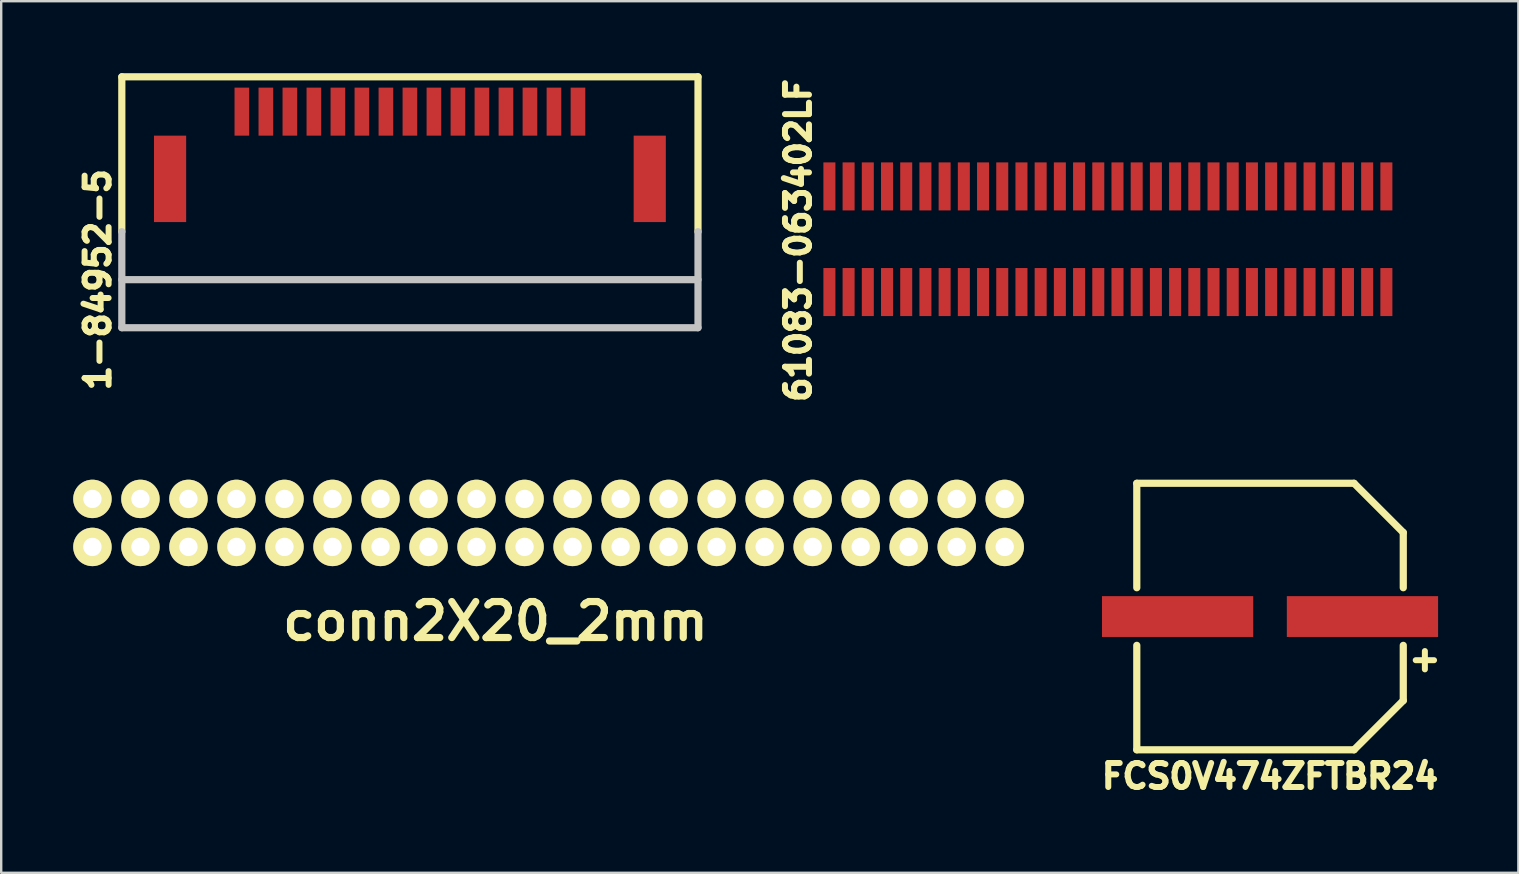
<source format=kicad_pcb>
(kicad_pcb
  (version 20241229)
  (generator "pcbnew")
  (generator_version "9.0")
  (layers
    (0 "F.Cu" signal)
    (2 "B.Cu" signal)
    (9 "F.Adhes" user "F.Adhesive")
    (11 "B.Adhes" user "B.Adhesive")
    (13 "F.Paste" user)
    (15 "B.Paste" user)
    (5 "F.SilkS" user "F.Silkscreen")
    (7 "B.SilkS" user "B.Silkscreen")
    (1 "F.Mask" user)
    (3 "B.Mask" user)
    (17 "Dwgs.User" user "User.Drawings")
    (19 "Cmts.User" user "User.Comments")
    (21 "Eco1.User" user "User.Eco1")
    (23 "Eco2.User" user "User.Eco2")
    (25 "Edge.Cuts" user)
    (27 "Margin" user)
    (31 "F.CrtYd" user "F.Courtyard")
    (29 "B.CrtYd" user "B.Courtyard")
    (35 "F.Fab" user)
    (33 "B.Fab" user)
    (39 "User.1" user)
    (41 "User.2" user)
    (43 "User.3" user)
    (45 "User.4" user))
  (footprint "FCS0V474ZFTBR24"
    (layer "F.Cu")
    (at 49.851 22.631)
    (property "Reference" "FCS0V474ZFTBR24" (at 0 6.65 0) (layer "F.SilkS") (effects (font (size 1 1) (thickness 0.25))))
    (attr through_hole)
    (fp_line (start -5.55 -5.55) (end -5.55 -1.2) (stroke (width 0.3) (type solid)) (layer "F.SilkS"))
    (fp_line (start -5.55 -5.55) (end 3.5 -5.55) (stroke (width 0.3) (type solid)) (layer "F.SilkS"))
    (fp_line (start -5.55 1.2) (end -5.55 5.55) (stroke (width 0.3) (type solid)) (layer "F.SilkS"))
    (fp_line (start -5.55 5.55) (end 3.5 5.55) (stroke (width 0.3) (type solid)) (layer "F.SilkS"))
    (fp_line (start 3.5 -5.55) (end 5.55 -3.5) (stroke (width 0.3) (type solid)) (layer "F.SilkS"))
    (fp_line (start 5.55 -3.5) (end 5.55 -1.2) (stroke (width 0.3) (type solid)) (layer "F.SilkS"))
    (fp_line (start 5.55 1.2) (end 5.55 3.5) (stroke (width 0.3) (type solid)) (layer "F.SilkS"))
    (fp_line (start 5.55 3.5) (end 3.5 5.55) (stroke (width 0.3) (type solid)) (layer "F.SilkS"))
    (fp_text user "+" (at 6.45 1.75 0) (layer "F.SilkS") (effects (font (size 1 1) (thickness 0.25))))
    (pad "1" smd rect (at 3.85 0) (size 6.3 1.7) (layers "F.Cu" "F.Mask" "F.Paste"))
    (pad "2" smd rect (at -3.85 0) (size 6.3 1.7) (layers "F.Cu" "F.Mask" "F.Paste")))
  (footprint "61083-063402LF"
    (layer "F.Cu")
    (at 31.497 6.915)
    (property "Reference" "61083-063402LF" (at -1.3 0.05 90) (layer "F.SilkS") (effects (font (size 1 1) (thickness 0.25))))
    (attr through_hole)
    (pad "1" smd rect (at 0 -2.2) (size 0.5 2) (layers "F.Cu" "F.Mask" "F.Paste"))
    (pad "2" smd rect (at 0 2.2) (size 0.5 2) (layers "F.Cu" "F.Mask" "F.Paste"))
    (pad "3" smd rect (at 0.8 -2.2) (size 0.5 2) (layers "F.Cu" "F.Mask" "F.Paste"))
    (pad "4" smd rect (at 0.8 2.2) (size 0.5 2) (layers "F.Cu" "F.Mask" "F.Paste"))
    (pad "5" smd rect (at 1.6 -2.2) (size 0.5 2) (layers "F.Cu" "F.Mask" "F.Paste"))
    (pad "6" smd rect (at 1.6 2.2) (size 0.5 2) (layers "F.Cu" "F.Mask" "F.Paste"))
    (pad "7" smd rect (at 2.4 -2.2) (size 0.5 2) (layers "F.Cu" "F.Mask" "F.Paste"))
    (pad "8" smd rect (at 2.4 2.2) (size 0.5 2) (layers "F.Cu" "F.Mask" "F.Paste"))
    (pad "9" smd rect (at 3.2 -2.2) (size 0.5 2) (layers "F.Cu" "F.Mask" "F.Paste"))
    (pad "10" smd rect (at 3.2 2.2) (size 0.5 2) (layers "F.Cu" "F.Mask" "F.Paste"))
    (pad "11" smd rect (at 4 -2.2) (size 0.5 2) (layers "F.Cu" "F.Mask" "F.Paste"))
    (pad "12" smd rect (at 4 2.2) (size 0.5 2) (layers "F.Cu" "F.Mask" "F.Paste"))
    (pad "13" smd rect (at 4.8 -2.2) (size 0.5 2) (layers "F.Cu" "F.Mask" "F.Paste"))
    (pad "14" smd rect (at 4.8 2.2) (size 0.5 2) (layers "F.Cu" "F.Mask" "F.Paste"))
    (pad "15" smd rect (at 5.6 -2.2) (size 0.5 2) (layers "F.Cu" "F.Mask" "F.Paste"))
    (pad "16" smd rect (at 5.6 2.2) (size 0.5 2) (layers "F.Cu" "F.Mask" "F.Paste"))
    (pad "17" smd rect (at 6.4 -2.2) (size 0.5 2) (layers "F.Cu" "F.Mask" "F.Paste"))
    (pad "18" smd rect (at 6.4 2.2) (size 0.5 2) (layers "F.Cu" "F.Mask" "F.Paste"))
    (pad "19" smd rect (at 7.2 -2.2) (size 0.5 2) (layers "F.Cu" "F.Mask" "F.Paste"))
    (pad "20" smd rect (at 7.2 2.2) (size 0.5 2) (layers "F.Cu" "F.Mask" "F.Paste"))
    (pad "21" smd rect (at 8 -2.2) (size 0.5 2) (layers "F.Cu" "F.Mask" "F.Paste"))
    (pad "22" smd rect (at 8 2.2) (size 0.5 2) (layers "F.Cu" "F.Mask" "F.Paste"))
    (pad "23" smd rect (at 8.8 -2.2) (size 0.5 2) (layers "F.Cu" "F.Mask" "F.Paste"))
    (pad "24" smd rect (at 8.8 2.2) (size 0.5 2) (layers "F.Cu" "F.Mask" "F.Paste"))
    (pad "25" smd rect (at 9.6 -2.2) (size 0.5 2) (layers "F.Cu" "F.Mask" "F.Paste"))
    (pad "26" smd rect (at 9.6 2.2) (size 0.5 2) (layers "F.Cu" "F.Mask" "F.Paste"))
    (pad "27" smd rect (at 10.4 -2.2) (size 0.5 2) (layers "F.Cu" "F.Mask" "F.Paste"))
    (pad "28" smd rect (at 10.4 2.2) (size 0.5 2) (layers "F.Cu" "F.Mask" "F.Paste"))
    (pad "29" smd rect (at 11.2 -2.2) (size 0.5 2) (layers "F.Cu" "F.Mask" "F.Paste"))
    (pad "30" smd rect (at 11.2 2.2) (size 0.5 2) (layers "F.Cu" "F.Mask" "F.Paste"))
    (pad "31" smd rect (at 12 -2.2) (size 0.5 2) (layers "F.Cu" "F.Mask" "F.Paste"))
    (pad "32" smd rect (at 12 2.2) (size 0.5 2) (layers "F.Cu" "F.Mask" "F.Paste"))
    (pad "33" smd rect (at 12.8 -2.2) (size 0.5 2) (layers "F.Cu" "F.Mask" "F.Paste"))
    (pad "34" smd rect (at 12.8 2.2) (size 0.5 2) (layers "F.Cu" "F.Mask" "F.Paste"))
    (pad "35" smd rect (at 13.6 -2.2) (size 0.5 2) (layers "F.Cu" "F.Mask" "F.Paste"))
    (pad "36" smd rect (at 13.6 2.2) (size 0.5 2) (layers "F.Cu" "F.Mask" "F.Paste"))
    (pad "37" smd rect (at 14.4 -2.2) (size 0.5 2) (layers "F.Cu" "F.Mask" "F.Paste"))
    (pad "38" smd rect (at 14.4 2.2) (size 0.5 2) (layers "F.Cu" "F.Mask" "F.Paste"))
    (pad "39" smd rect (at 15.2 -2.2) (size 0.5 2) (layers "F.Cu" "F.Mask" "F.Paste"))
    (pad "40" smd rect (at 15.2 2.2) (size 0.5 2) (layers "F.Cu" "F.Mask" "F.Paste"))
    (pad "41" smd rect (at 16 -2.2) (size 0.5 2) (layers "F.Cu" "F.Mask" "F.Paste"))
    (pad "42" smd rect (at 16 2.2) (size 0.5 2) (layers "F.Cu" "F.Mask" "F.Paste"))
    (pad "43" smd rect (at 16.8 -2.2) (size 0.5 2) (layers "F.Cu" "F.Mask" "F.Paste"))
    (pad "44" smd rect (at 16.8 2.2) (size 0.5 2) (layers "F.Cu" "F.Mask" "F.Paste"))
    (pad "45" smd rect (at 17.6 -2.2) (size 0.5 2) (layers "F.Cu" "F.Mask" "F.Paste"))
    (pad "46" smd rect (at 17.6 2.2) (size 0.5 2) (layers "F.Cu" "F.Mask" "F.Paste"))
    (pad "47" smd rect (at 18.4 -2.2) (size 0.5 2) (layers "F.Cu" "F.Mask" "F.Paste"))
    (pad "48" smd rect (at 18.4 2.2) (size 0.5 2) (layers "F.Cu" "F.Mask" "F.Paste"))
    (pad "49" smd rect (at 19.2 -2.2) (size 0.5 2) (layers "F.Cu" "F.Mask" "F.Paste"))
    (pad "50" smd rect (at 19.2 2.2) (size 0.5 2) (layers "F.Cu" "F.Mask" "F.Paste"))
    (pad "51" smd rect (at 20 -2.2) (size 0.5 2) (layers "F.Cu" "F.Mask" "F.Paste"))
    (pad "52" smd rect (at 20 2.2) (size 0.5 2) (layers "F.Cu" "F.Mask" "F.Paste"))
    (pad "53" smd rect (at 20.8 -2.2) (size 0.5 2) (layers "F.Cu" "F.Mask" "F.Paste"))
    (pad "54" smd rect (at 20.8 2.2) (size 0.5 2) (layers "F.Cu" "F.Mask" "F.Paste"))
    (pad "55" smd rect (at 21.6 -2.2) (size 0.5 2) (layers "F.Cu" "F.Mask" "F.Paste"))
    (pad "56" smd rect (at 21.6 2.2) (size 0.5 2) (layers "F.Cu" "F.Mask" "F.Paste"))
    (pad "57" smd rect (at 22.4 -2.2) (size 0.5 2) (layers "F.Cu" "F.Mask" "F.Paste"))
    (pad "58" smd rect (at 22.4 2.2) (size 0.5 2) (layers "F.Cu" "F.Mask" "F.Paste"))
    (pad "59" smd rect (at 23.2 -2.2) (size 0.5 2) (layers "F.Cu" "F.Mask" "F.Paste"))
    (pad "60" smd rect (at 23.2 2.2) (size 0.5 2) (layers "F.Cu" "F.Mask" "F.Paste")))
  (footprint "1-84952-5"
    (layer "F.Cu")
    (at 14.024 1.6)
    (property "Reference" "1-84952-5" (at -13 7 90) (layer "F.SilkS") (effects (font (size 1 1) (thickness 0.25))))
    (attr through_hole)
    (fp_line (start -12 -1.45) (end -12 5) (stroke (width 0.3) (type solid)) (layer "F.SilkS"))
    (fp_line (start 12 -1.45) (end -12 -1.45) (stroke (width 0.3) (type solid)) (layer "F.SilkS"))
    (fp_line (start 12 -1.45) (end 12 5) (stroke (width 0.3) (type solid)) (layer "F.SilkS"))
    (fp_line (start -12 5) (end -12 9) (stroke (width 0.3) (type solid)) (layer "Dwgs.User"))
    (fp_line (start -12 7) (end 12 7) (stroke (width 0.3) (type solid)) (layer "Dwgs.User"))
    (fp_line (start -12 9) (end 12 9) (stroke (width 0.3) (type solid)) (layer "Dwgs.User"))
    (fp_line (start 12 9) (end 12 5) (stroke (width 0.3) (type solid)) (layer "Dwgs.User"))
    (pad "" smd rect (at -9.99 2.8) (size 1.34 3.6) (layers "F.Cu" "F.Mask" "F.Paste"))
    (pad "" smd rect (at 9.99 2.8) (size 1.34 3.6) (layers "F.Cu" "F.Mask" "F.Paste"))
    (pad "1" smd rect (at -7 0) (size 0.61 2) (layers "F.Cu" "F.Mask" "F.Paste"))
    (pad "2" smd rect (at -6 0) (size 0.61 2) (layers "F.Cu" "F.Mask" "F.Paste"))
    (pad "3" smd rect (at -5 0) (size 0.61 2) (layers "F.Cu" "F.Mask" "F.Paste"))
    (pad "4" smd rect (at -4 0) (size 0.61 2) (layers "F.Cu" "F.Mask" "F.Paste"))
    (pad "5" smd rect (at -3 0) (size 0.61 2) (layers "F.Cu" "F.Mask" "F.Paste"))
    (pad "6" smd rect (at -2 0) (size 0.61 2) (layers "F.Cu" "F.Mask" "F.Paste"))
    (pad "7" smd rect (at -1 0) (size 0.61 2) (layers "F.Cu" "F.Mask" "F.Paste"))
    (pad "8" smd rect (at 0 0) (size 0.61 2) (layers "F.Cu" "F.Mask" "F.Paste"))
    (pad "9" smd rect (at 1 0) (size 0.61 2) (layers "F.Cu" "F.Mask" "F.Paste"))
    (pad "10" smd rect (at 2 0) (size 0.61 2) (layers "F.Cu" "F.Mask" "F.Paste"))
    (pad "11" smd rect (at 3 0) (size 0.61 2) (layers "F.Cu" "F.Mask" "F.Paste"))
    (pad "12" smd rect (at 4 0) (size 0.61 2) (layers "F.Cu" "F.Mask" "F.Paste"))
    (pad "13" smd rect (at 5 0) (size 0.61 2) (layers "F.Cu" "F.Mask" "F.Paste"))
    (pad "14" smd rect (at 6 0) (size 0.61 2) (layers "F.Cu" "F.Mask" "F.Paste"))
    (pad "15" smd rect (at 7 0) (size 0.61 2) (layers "F.Cu" "F.Mask" "F.Paste")))
  (footprint "conn2X20_2mm"
    (layer "F.Cu")
    (at 0.8 18.731)
    (property "Reference" "conn2X20_2mm" (at 16.789 4.097 180) (layer "F.SilkS") (effects (font (size 1.5 1.5) (thickness 0.3))))
    (attr through_hole)
    (pad "1" thru_hole circle (at 0 1) (size 1.6 1.6) (drill 0.762) (layers "*.Cu" "*.Mask" "F.SilkS"))
    (pad "2" thru_hole circle (at 0 -1) (size 1.6 1.6) (drill 0.762) (layers "*.Cu" "*.Mask" "F.SilkS"))
    (pad "3" thru_hole circle (at 2 1) (size 1.6 1.6) (drill 0.762) (layers "*.Cu" "*.Mask" "F.SilkS"))
    (pad "4" thru_hole circle (at 2 -1) (size 1.6 1.6) (drill 0.762) (layers "*.Cu" "*.Mask" "F.SilkS"))
    (pad "5" thru_hole circle (at 4 1) (size 1.6 1.6) (drill 0.762) (layers "*.Cu" "*.Mask" "F.SilkS"))
    (pad "6" thru_hole circle (at 4 -1) (size 1.6 1.6) (drill 0.762) (layers "*.Cu" "*.Mask" "F.SilkS"))
    (pad "7" thru_hole circle (at 6 1) (size 1.6 1.6) (drill 0.762) (layers "*.Cu" "*.Mask" "F.SilkS"))
    (pad "8" thru_hole circle (at 6 -1) (size 1.6 1.6) (drill 0.762) (layers "*.Cu" "*.Mask" "F.SilkS"))
    (pad "9" thru_hole circle (at 8 1) (size 1.6 1.6) (drill 0.762) (layers "*.Cu" "*.Mask" "F.SilkS"))
    (pad "10" thru_hole circle (at 8 -1) (size 1.6 1.6) (drill 0.762) (layers "*.Cu" "*.Mask" "F.SilkS"))
    (pad "11" thru_hole circle (at 10 1) (size 1.6 1.6) (drill 0.762) (layers "*.Cu" "*.Mask" "F.SilkS"))
    (pad "12" thru_hole circle (at 10 -1) (size 1.6 1.6) (drill 0.762) (layers "*.Cu" "*.Mask" "F.SilkS"))
    (pad "13" thru_hole circle (at 12 1) (size 1.6 1.6) (drill 0.762) (layers "*.Cu" "*.Mask" "F.SilkS"))
    (pad "14" thru_hole circle (at 12 -1) (size 1.6 1.6) (drill 0.762) (layers "*.Cu" "*.Mask" "F.SilkS"))
    (pad "15" thru_hole circle (at 14 1) (size 1.6 1.6) (drill 0.762) (layers "*.Cu" "*.Mask" "F.SilkS"))
    (pad "16" thru_hole circle (at 14 -1) (size 1.6 1.6) (drill 0.762) (layers "*.Cu" "*.Mask" "F.SilkS"))
    (pad "17" thru_hole circle (at 16 1) (size 1.6 1.6) (drill 0.762) (layers "*.Cu" "*.Mask" "F.SilkS"))
    (pad "18" thru_hole circle (at 16 -1) (size 1.6 1.6) (drill 0.762) (layers "*.Cu" "*.Mask" "F.SilkS"))
    (pad "19" thru_hole circle (at 18 1) (size 1.6 1.6) (drill 0.762) (layers "*.Cu" "*.Mask" "F.SilkS"))
    (pad "20" thru_hole circle (at 18 -1) (size 1.6 1.6) (drill 0.762) (layers "*.Cu" "*.Mask" "F.SilkS"))
    (pad "21" thru_hole circle (at 20 1) (size 1.6 1.6) (drill 0.762) (layers "*.Cu" "*.Mask" "F.SilkS"))
    (pad "22" thru_hole circle (at 20 -1) (size 1.6 1.6) (drill 0.762) (layers "*.Cu" "*.Mask" "F.SilkS"))
    (pad "23" thru_hole circle (at 22 1) (size 1.6 1.6) (drill 0.762) (layers "*.Cu" "*.Mask" "F.SilkS"))
    (pad "24" thru_hole circle (at 22 -1) (size 1.6 1.6) (drill 0.762) (layers "*.Cu" "*.Mask" "F.SilkS"))
    (pad "25" thru_hole circle (at 24 1) (size 1.6 1.6) (drill 0.762) (layers "*.Cu" "*.Mask" "F.SilkS"))
    (pad "26" thru_hole circle (at 24 -1) (size 1.6 1.6) (drill 0.762) (layers "*.Cu" "*.Mask" "F.SilkS"))
    (pad "27" thru_hole circle (at 26 1) (size 1.6 1.6) (drill 0.762) (layers "*.Cu" "*.Mask" "F.SilkS"))
    (pad "28" thru_hole circle (at 26 -1) (size 1.6 1.6) (drill 0.762) (layers "*.Cu" "*.Mask" "F.SilkS"))
    (pad "29" thru_hole circle (at 28 1) (size 1.6 1.6) (drill 0.762) (layers "*.Cu" "*.Mask" "F.SilkS"))
    (pad "30" thru_hole circle (at 28 -1) (size 1.6 1.6) (drill 0.762) (layers "*.Cu" "*.Mask" "F.SilkS"))
    (pad "31" thru_hole circle (at 30 1) (size 1.6 1.6) (drill 0.762) (layers "*.Cu" "*.Mask" "F.SilkS"))
    (pad "32" thru_hole circle (at 30 -1) (size 1.6 1.6) (drill 0.762) (layers "*.Cu" "*.Mask" "F.SilkS"))
    (pad "33" thru_hole circle (at 32 1) (size 1.6 1.6) (drill 0.762) (layers "*.Cu" "*.Mask" "F.SilkS"))
    (pad "34" thru_hole circle (at 32 -1) (size 1.6 1.6) (drill 0.762) (layers "*.Cu" "*.Mask" "F.SilkS"))
    (pad "35" thru_hole circle (at 34 1) (size 1.6 1.6) (drill 0.762) (layers "*.Cu" "*.Mask" "F.SilkS"))
    (pad "36" thru_hole circle (at 34 -1) (size 1.6 1.6) (drill 0.762) (layers "*.Cu" "*.Mask" "F.SilkS"))
    (pad "37" thru_hole circle (at 36 1) (size 1.6 1.6) (drill 0.762) (layers "*.Cu" "*.Mask" "F.SilkS"))
    (pad "38" thru_hole circle (at 36 -1) (size 1.6 1.6) (drill 0.762) (layers "*.Cu" "*.Mask" "F.SilkS"))
    (pad "39" thru_hole circle (at 38 1) (size 1.6 1.6) (drill 0.762) (layers "*.Cu" "*.Mask" "F.SilkS"))
    (pad "40" thru_hole circle (at 38 -1) (size 1.6 1.6) (drill 0.762) (layers "*.Cu" "*.Mask" "F.SilkS")))
  (gr_rect
    (start -3 -3)
    (end 60.195 33.305)
    (stroke (width 0.1) (type default))
    (fill no)
    (layer "Edge.Cuts")))
</source>
